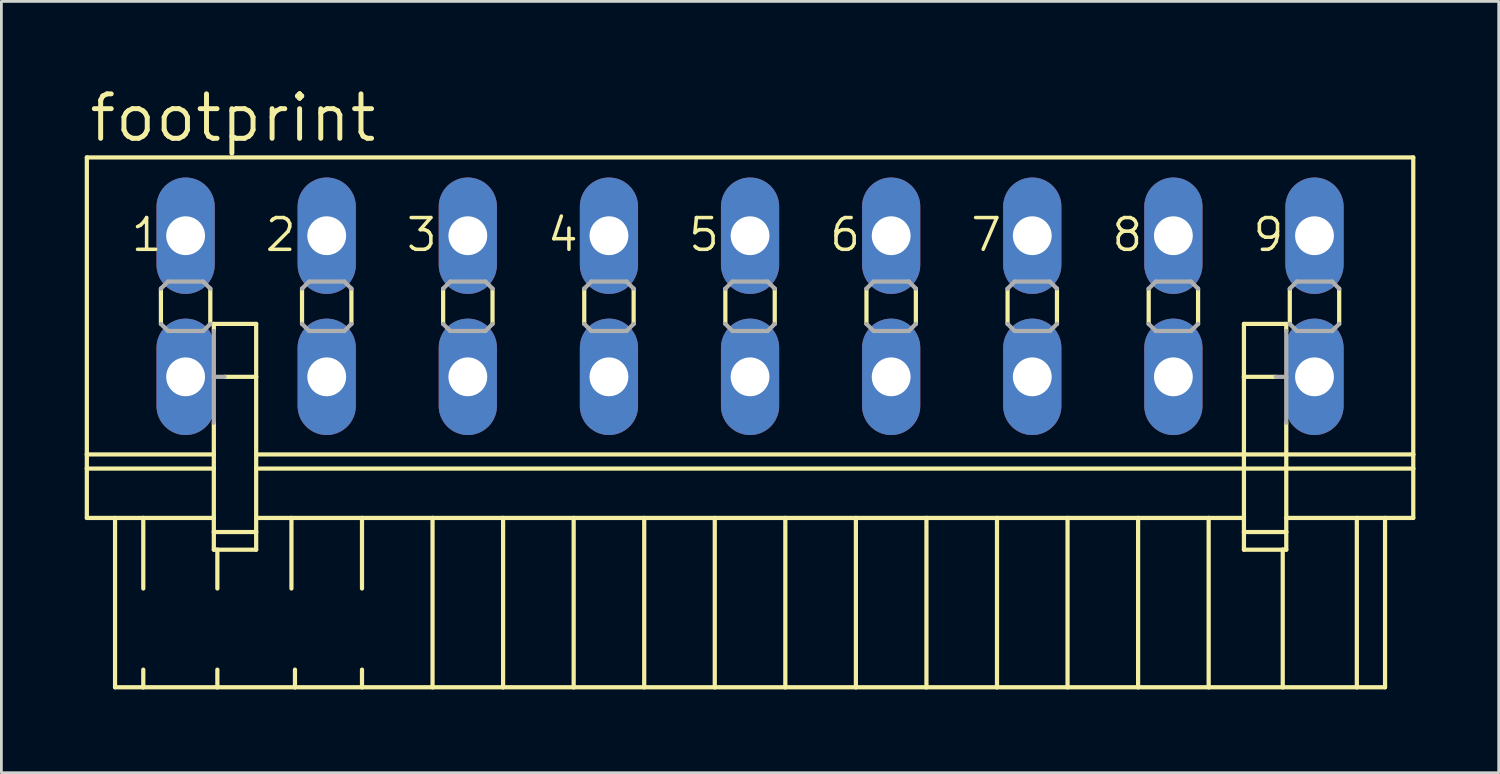
<source format=kicad_pcb>
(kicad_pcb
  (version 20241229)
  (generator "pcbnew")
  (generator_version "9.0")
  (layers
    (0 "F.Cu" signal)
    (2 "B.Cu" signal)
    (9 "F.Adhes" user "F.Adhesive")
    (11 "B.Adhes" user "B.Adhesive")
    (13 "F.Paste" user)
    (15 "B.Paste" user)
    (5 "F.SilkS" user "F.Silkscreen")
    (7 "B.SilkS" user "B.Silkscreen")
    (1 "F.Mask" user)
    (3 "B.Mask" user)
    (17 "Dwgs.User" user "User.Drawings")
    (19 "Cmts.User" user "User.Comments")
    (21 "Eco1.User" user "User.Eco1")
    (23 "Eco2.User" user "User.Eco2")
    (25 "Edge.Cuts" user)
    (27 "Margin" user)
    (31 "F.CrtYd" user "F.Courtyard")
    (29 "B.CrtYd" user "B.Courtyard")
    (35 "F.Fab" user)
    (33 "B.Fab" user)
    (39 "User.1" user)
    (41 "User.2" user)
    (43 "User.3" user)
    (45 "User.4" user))
  (footprint "footprint"
    (layer "F.Cu")
    (at 23.952 7.976)
    (property "Reference" "footprint" (at -23.876 -5.842 0) (layer "F.SilkS") (effects (font (size 1.6 1.6) (thickness 0.178)) (justify left bottom)))
    (fp_line (start -23.876 -5.359) (end -23.876 5.334) (stroke (width 0.152) (type solid)) (layer "F.SilkS"))
    (fp_line (start -23.876 -5.359) (end 23.876 -5.359) (stroke (width 0.152) (type solid)) (layer "F.SilkS"))
    (fp_line (start -23.876 5.334) (end -23.876 5.842) (stroke (width 0.152) (type solid)) (layer "F.SilkS"))
    (fp_line (start -23.876 5.334) (end -19.304 5.334) (stroke (width 0.152) (type solid)) (layer "F.SilkS"))
    (fp_line (start -23.876 5.842) (end -23.876 7.62) (stroke (width 0.152) (type solid)) (layer "F.SilkS"))
    (fp_line (start -23.876 5.842) (end -19.304 5.842) (stroke (width 0.152) (type solid)) (layer "F.SilkS"))
    (fp_line (start -23.876 7.62) (end -22.86 7.62) (stroke (width 0.152) (type solid)) (layer "F.SilkS"))
    (fp_line (start -22.86 7.62) (end -22.86 13.716) (stroke (width 0.152) (type solid)) (layer "F.SilkS"))
    (fp_line (start -22.86 7.62) (end -21.844 7.62) (stroke (width 0.152) (type solid)) (layer "F.SilkS"))
    (fp_line (start -22.86 13.716) (end -21.844 13.716) (stroke (width 0.152) (type solid)) (layer "F.SilkS"))
    (fp_line (start -21.844 7.62) (end -21.844 10.16) (stroke (width 0.152) (type solid)) (layer "F.SilkS"))
    (fp_line (start -21.844 7.62) (end -19.304 7.62) (stroke (width 0.152) (type solid)) (layer "F.SilkS"))
    (fp_line (start -21.844 13.081) (end -21.844 13.716) (stroke (width 0.152) (type solid)) (layer "F.SilkS"))
    (fp_line (start -21.844 13.716) (end -19.177 13.716) (stroke (width 0.152) (type solid)) (layer "F.SilkS"))
    (fp_line (start -21.209 -0.635) (end -21.209 0.635) (stroke (width 0.152) (type solid)) (layer "F.SilkS"))
    (fp_line (start -19.431 -0.635) (end -19.431 0.635) (stroke (width 0.152) (type solid)) (layer "F.SilkS"))
    (fp_line (start -19.304 0.635) (end -19.304 0.889) (stroke (width 0.152) (type solid)) (layer "F.SilkS"))
    (fp_line (start -19.304 0.635) (end -17.78 0.635) (stroke (width 0.152) (type solid)) (layer "F.SilkS"))
    (fp_line (start -19.304 4.191) (end -19.304 5.334) (stroke (width 0.152) (type solid)) (layer "F.SilkS"))
    (fp_line (start -19.304 5.842) (end -19.304 5.334) (stroke (width 0.152) (type solid)) (layer "F.SilkS"))
    (fp_line (start -19.304 7.62) (end -19.304 5.842) (stroke (width 0.152) (type solid)) (layer "F.SilkS"))
    (fp_line (start -19.304 8.128) (end -19.304 7.62) (stroke (width 0.152) (type solid)) (layer "F.SilkS"))
    (fp_line (start -19.304 8.128) (end -17.78 8.128) (stroke (width 0.152) (type solid)) (layer "F.SilkS"))
    (fp_line (start -19.304 8.763) (end -19.304 8.128) (stroke (width 0.152) (type solid)) (layer "F.SilkS"))
    (fp_line (start -19.177 8.763) (end -19.304 8.763) (stroke (width 0.152) (type solid)) (layer "F.SilkS"))
    (fp_line (start -19.177 8.763) (end -19.177 10.16) (stroke (width 0.152) (type solid)) (layer "F.SilkS"))
    (fp_line (start -19.177 13.081) (end -19.177 13.716) (stroke (width 0.152) (type solid)) (layer "F.SilkS"))
    (fp_line (start -19.177 13.716) (end -16.383 13.716) (stroke (width 0.152) (type solid)) (layer "F.SilkS"))
    (fp_line (start -17.78 0.635) (end -17.78 2.54) (stroke (width 0.152) (type solid)) (layer "F.SilkS"))
    (fp_line (start -17.78 2.54) (end -18.923 2.54) (stroke (width 0.152) (type solid)) (layer "F.SilkS"))
    (fp_line (start -17.78 2.54) (end -17.78 5.334) (stroke (width 0.152) (type solid)) (layer "F.SilkS"))
    (fp_line (start -17.78 5.334) (end -17.78 5.842) (stroke (width 0.152) (type solid)) (layer "F.SilkS"))
    (fp_line (start -17.78 5.334) (end 17.78 5.334) (stroke (width 0.152) (type solid)) (layer "F.SilkS"))
    (fp_line (start -17.78 5.842) (end -17.78 7.62) (stroke (width 0.152) (type solid)) (layer "F.SilkS"))
    (fp_line (start -17.78 5.842) (end 17.78 5.842) (stroke (width 0.152) (type solid)) (layer "F.SilkS"))
    (fp_line (start -17.78 7.62) (end -17.78 8.128) (stroke (width 0.152) (type solid)) (layer "F.SilkS"))
    (fp_line (start -17.78 7.62) (end -16.51 7.62) (stroke (width 0.152) (type solid)) (layer "F.SilkS"))
    (fp_line (start -17.78 8.128) (end -17.78 8.763) (stroke (width 0.152) (type solid)) (layer "F.SilkS"))
    (fp_line (start -17.78 8.763) (end -19.177 8.763) (stroke (width 0.152) (type solid)) (layer "F.SilkS"))
    (fp_line (start -16.51 7.62) (end -16.51 10.16) (stroke (width 0.152) (type solid)) (layer "F.SilkS"))
    (fp_line (start -16.51 7.62) (end -13.97 7.62) (stroke (width 0.152) (type solid)) (layer "F.SilkS"))
    (fp_line (start -16.383 13.081) (end -16.383 13.716) (stroke (width 0.152) (type solid)) (layer "F.SilkS"))
    (fp_line (start -16.383 13.716) (end -13.97 13.716) (stroke (width 0.152) (type solid)) (layer "F.SilkS"))
    (fp_line (start -16.129 -0.635) (end -16.129 0.635) (stroke (width 0.152) (type solid)) (layer "F.SilkS"))
    (fp_line (start -14.351 -0.635) (end -14.351 0.635) (stroke (width 0.152) (type solid)) (layer "F.SilkS"))
    (fp_line (start -13.97 7.62) (end -13.97 10.16) (stroke (width 0.152) (type solid)) (layer "F.SilkS"))
    (fp_line (start -13.97 7.62) (end -11.43 7.62) (stroke (width 0.152) (type solid)) (layer "F.SilkS"))
    (fp_line (start -13.97 13.081) (end -13.97 13.716) (stroke (width 0.152) (type solid)) (layer "F.SilkS"))
    (fp_line (start -13.97 13.716) (end -11.43 13.716) (stroke (width 0.152) (type solid)) (layer "F.SilkS"))
    (fp_line (start -11.43 7.62) (end -11.43 13.716) (stroke (width 0.152) (type solid)) (layer "F.SilkS"))
    (fp_line (start -11.43 7.62) (end -8.89 7.62) (stroke (width 0.152) (type solid)) (layer "F.SilkS"))
    (fp_line (start -11.43 13.716) (end -8.89 13.716) (stroke (width 0.152) (type solid)) (layer "F.SilkS"))
    (fp_line (start -11.049 -0.635) (end -11.049 0.635) (stroke (width 0.152) (type solid)) (layer "F.SilkS"))
    (fp_line (start -9.271 -0.635) (end -9.271 0.635) (stroke (width 0.152) (type solid)) (layer "F.SilkS"))
    (fp_line (start -8.89 7.62) (end -8.89 13.716) (stroke (width 0.152) (type solid)) (layer "F.SilkS"))
    (fp_line (start -8.89 7.62) (end -6.35 7.62) (stroke (width 0.152) (type solid)) (layer "F.SilkS"))
    (fp_line (start -8.89 13.716) (end -6.35 13.716) (stroke (width 0.152) (type solid)) (layer "F.SilkS"))
    (fp_line (start -6.35 7.62) (end -6.35 13.716) (stroke (width 0.152) (type solid)) (layer "F.SilkS"))
    (fp_line (start -6.35 7.62) (end -3.81 7.62) (stroke (width 0.152) (type solid)) (layer "F.SilkS"))
    (fp_line (start -6.35 13.716) (end -3.81 13.716) (stroke (width 0.152) (type solid)) (layer "F.SilkS"))
    (fp_line (start -5.969 -0.635) (end -5.969 0.635) (stroke (width 0.152) (type solid)) (layer "F.SilkS"))
    (fp_line (start -4.191 -0.635) (end -4.191 0.635) (stroke (width 0.152) (type solid)) (layer "F.SilkS"))
    (fp_line (start -3.81 7.62) (end -3.81 13.716) (stroke (width 0.152) (type solid)) (layer "F.SilkS"))
    (fp_line (start -3.81 7.62) (end -1.27 7.62) (stroke (width 0.152) (type solid)) (layer "F.SilkS"))
    (fp_line (start -3.81 13.716) (end -1.27 13.716) (stroke (width 0.152) (type solid)) (layer "F.SilkS"))
    (fp_line (start -1.27 7.62) (end -1.27 13.716) (stroke (width 0.152) (type solid)) (layer "F.SilkS"))
    (fp_line (start -1.27 7.62) (end 1.27 7.62) (stroke (width 0.152) (type solid)) (layer "F.SilkS"))
    (fp_line (start -1.27 13.716) (end 1.27 13.716) (stroke (width 0.152) (type solid)) (layer "F.SilkS"))
    (fp_line (start -0.889 -0.635) (end -0.889 0.635) (stroke (width 0.152) (type solid)) (layer "F.SilkS"))
    (fp_line (start 0.889 -0.635) (end 0.889 0.635) (stroke (width 0.152) (type solid)) (layer "F.SilkS"))
    (fp_line (start 1.27 7.62) (end 1.27 13.716) (stroke (width 0.152) (type solid)) (layer "F.SilkS"))
    (fp_line (start 1.27 7.62) (end 3.81 7.62) (stroke (width 0.152) (type solid)) (layer "F.SilkS"))
    (fp_line (start 1.27 13.716) (end 3.81 13.716) (stroke (width 0.152) (type solid)) (layer "F.SilkS"))
    (fp_line (start 3.81 7.62) (end 3.81 13.716) (stroke (width 0.152) (type solid)) (layer "F.SilkS"))
    (fp_line (start 3.81 7.62) (end 6.35 7.62) (stroke (width 0.152) (type solid)) (layer "F.SilkS"))
    (fp_line (start 3.81 13.716) (end 6.35 13.716) (stroke (width 0.152) (type solid)) (layer "F.SilkS"))
    (fp_line (start 4.191 -0.635) (end 4.191 0.635) (stroke (width 0.152) (type solid)) (layer "F.SilkS"))
    (fp_line (start 5.969 -0.635) (end 5.969 0.635) (stroke (width 0.152) (type solid)) (layer "F.SilkS"))
    (fp_line (start 6.35 7.62) (end 6.35 13.716) (stroke (width 0.152) (type solid)) (layer "F.SilkS"))
    (fp_line (start 6.35 7.62) (end 8.89 7.62) (stroke (width 0.152) (type solid)) (layer "F.SilkS"))
    (fp_line (start 6.35 13.716) (end 8.89 13.716) (stroke (width 0.152) (type solid)) (layer "F.SilkS"))
    (fp_line (start 8.89 7.62) (end 8.89 13.716) (stroke (width 0.152) (type solid)) (layer "F.SilkS"))
    (fp_line (start 8.89 7.62) (end 11.43 7.62) (stroke (width 0.152) (type solid)) (layer "F.SilkS"))
    (fp_line (start 8.89 13.716) (end 11.43 13.716) (stroke (width 0.152) (type solid)) (layer "F.SilkS"))
    (fp_line (start 9.271 -0.635) (end 9.271 0.635) (stroke (width 0.152) (type solid)) (layer "F.SilkS"))
    (fp_line (start 11.049 -0.635) (end 11.049 0.635) (stroke (width 0.152) (type solid)) (layer "F.SilkS"))
    (fp_line (start 11.43 7.62) (end 11.43 13.716) (stroke (width 0.152) (type solid)) (layer "F.SilkS"))
    (fp_line (start 11.43 7.62) (end 13.97 7.62) (stroke (width 0.152) (type solid)) (layer "F.SilkS"))
    (fp_line (start 11.43 13.716) (end 13.97 13.716) (stroke (width 0.152) (type solid)) (layer "F.SilkS"))
    (fp_line (start 13.97 7.62) (end 13.97 13.716) (stroke (width 0.152) (type solid)) (layer "F.SilkS"))
    (fp_line (start 13.97 7.62) (end 16.51 7.62) (stroke (width 0.152) (type solid)) (layer "F.SilkS"))
    (fp_line (start 13.97 13.716) (end 16.51 13.716) (stroke (width 0.152) (type solid)) (layer "F.SilkS"))
    (fp_line (start 14.351 -0.635) (end 14.351 0.635) (stroke (width 0.152) (type solid)) (layer "F.SilkS"))
    (fp_line (start 16.129 -0.635) (end 16.129 0.635) (stroke (width 0.152) (type solid)) (layer "F.SilkS"))
    (fp_line (start 16.51 7.62) (end 16.51 13.716) (stroke (width 0.152) (type solid)) (layer "F.SilkS"))
    (fp_line (start 16.51 7.62) (end 17.78 7.62) (stroke (width 0.152) (type solid)) (layer "F.SilkS"))
    (fp_line (start 16.51 13.716) (end 19.177 13.716) (stroke (width 0.152) (type solid)) (layer "F.SilkS"))
    (fp_line (start 17.78 0.635) (end 17.78 2.54) (stroke (width 0.152) (type solid)) (layer "F.SilkS"))
    (fp_line (start 17.78 2.54) (end 17.78 5.334) (stroke (width 0.152) (type solid)) (layer "F.SilkS"))
    (fp_line (start 17.78 2.54) (end 18.923 2.54) (stroke (width 0.152) (type solid)) (layer "F.SilkS"))
    (fp_line (start 17.78 5.334) (end 17.78 5.842) (stroke (width 0.152) (type solid)) (layer "F.SilkS"))
    (fp_line (start 17.78 5.334) (end 19.304 5.334) (stroke (width 0.152) (type solid)) (layer "F.SilkS"))
    (fp_line (start 17.78 5.842) (end 17.78 7.62) (stroke (width 0.152) (type solid)) (layer "F.SilkS"))
    (fp_line (start 17.78 5.842) (end 19.304 5.842) (stroke (width 0.152) (type solid)) (layer "F.SilkS"))
    (fp_line (start 17.78 7.62) (end 17.78 8.128) (stroke (width 0.152) (type solid)) (layer "F.SilkS"))
    (fp_line (start 17.78 8.128) (end 17.78 8.763) (stroke (width 0.152) (type solid)) (layer "F.SilkS"))
    (fp_line (start 17.78 8.128) (end 19.304 8.128) (stroke (width 0.152) (type solid)) (layer "F.SilkS"))
    (fp_line (start 19.177 8.763) (end 17.78 8.763) (stroke (width 0.152) (type solid)) (layer "F.SilkS"))
    (fp_line (start 19.177 8.763) (end 19.177 13.716) (stroke (width 0.152) (type solid)) (layer "F.SilkS"))
    (fp_line (start 19.177 13.716) (end 21.844 13.716) (stroke (width 0.152) (type solid)) (layer "F.SilkS"))
    (fp_line (start 19.304 0.635) (end 17.78 0.635) (stroke (width 0.152) (type solid)) (layer "F.SilkS"))
    (fp_line (start 19.304 0.889) (end 19.304 0.635) (stroke (width 0.152) (type solid)) (layer "F.SilkS"))
    (fp_line (start 19.304 4.191) (end 19.304 5.334) (stroke (width 0.152) (type solid)) (layer "F.SilkS"))
    (fp_line (start 19.304 5.334) (end 23.876 5.334) (stroke (width 0.152) (type solid)) (layer "F.SilkS"))
    (fp_line (start 19.304 5.842) (end 19.304 5.334) (stroke (width 0.152) (type solid)) (layer "F.SilkS"))
    (fp_line (start 19.304 5.842) (end 23.876 5.842) (stroke (width 0.152) (type solid)) (layer "F.SilkS"))
    (fp_line (start 19.304 7.62) (end 19.304 5.842) (stroke (width 0.152) (type solid)) (layer "F.SilkS"))
    (fp_line (start 19.304 7.62) (end 21.844 7.62) (stroke (width 0.152) (type solid)) (layer "F.SilkS"))
    (fp_line (start 19.304 8.128) (end 19.304 7.62) (stroke (width 0.152) (type solid)) (layer "F.SilkS"))
    (fp_line (start 19.304 8.763) (end 19.177 8.763) (stroke (width 0.152) (type solid)) (layer "F.SilkS"))
    (fp_line (start 19.304 8.763) (end 19.304 8.128) (stroke (width 0.152) (type solid)) (layer "F.SilkS"))
    (fp_line (start 19.431 -0.635) (end 19.431 0.635) (stroke (width 0.152) (type solid)) (layer "F.SilkS"))
    (fp_line (start 21.209 -0.635) (end 21.209 0.635) (stroke (width 0.152) (type solid)) (layer "F.SilkS"))
    (fp_line (start 21.844 7.62) (end 21.844 13.716) (stroke (width 0.152) (type solid)) (layer "F.SilkS"))
    (fp_line (start 21.844 7.62) (end 22.86 7.62) (stroke (width 0.152) (type solid)) (layer "F.SilkS"))
    (fp_line (start 21.844 13.716) (end 22.86 13.716) (stroke (width 0.152) (type solid)) (layer "F.SilkS"))
    (fp_line (start 22.86 7.62) (end 22.86 13.716) (stroke (width 0.152) (type solid)) (layer "F.SilkS"))
    (fp_line (start 22.86 7.62) (end 23.876 7.62) (stroke (width 0.152) (type solid)) (layer "F.SilkS"))
    (fp_line (start 23.876 -5.359) (end 23.876 5.334) (stroke (width 0.152) (type solid)) (layer "F.SilkS"))
    (fp_line (start 23.876 5.334) (end 23.876 5.842) (stroke (width 0.152) (type solid)) (layer "F.SilkS"))
    (fp_line (start 23.876 5.842) (end 23.876 7.62) (stroke (width 0.152) (type solid)) (layer "F.SilkS"))
    (fp_line (start -21.209 -0.635) (end -20.955 -0.889) (stroke (width 0.152) (type solid)) (layer "F.Fab"))
    (fp_line (start -20.955 -0.889) (end -19.685 -0.889) (stroke (width 0.152) (type solid)) (layer "F.Fab"))
    (fp_line (start -20.955 0.889) (end -21.209 0.635) (stroke (width 0.152) (type solid)) (layer "F.Fab"))
    (fp_line (start -19.685 -0.889) (end -19.431 -0.635) (stroke (width 0.152) (type solid)) (layer "F.Fab"))
    (fp_line (start -19.685 0.889) (end -20.955 0.889) (stroke (width 0.152) (type solid)) (layer "F.Fab"))
    (fp_line (start -19.431 0.635) (end -19.685 0.889) (stroke (width 0.152) (type solid)) (layer "F.Fab"))
    (fp_line (start -19.304 2.54) (end -19.304 0.889) (stroke (width 0.152) (type solid)) (layer "F.Fab"))
    (fp_line (start -19.304 2.54) (end -18.923 2.54) (stroke (width 0.152) (type solid)) (layer "F.Fab"))
    (fp_line (start -19.304 4.191) (end -19.304 2.54) (stroke (width 0.152) (type solid)) (layer "F.Fab"))
    (fp_line (start -16.129 -0.635) (end -15.875 -0.889) (stroke (width 0.152) (type solid)) (layer "F.Fab"))
    (fp_line (start -15.875 -0.889) (end -14.605 -0.889) (stroke (width 0.152) (type solid)) (layer "F.Fab"))
    (fp_line (start -15.875 0.889) (end -16.129 0.635) (stroke (width 0.152) (type solid)) (layer "F.Fab"))
    (fp_line (start -14.605 -0.889) (end -14.351 -0.635) (stroke (width 0.152) (type solid)) (layer "F.Fab"))
    (fp_line (start -14.605 0.889) (end -15.875 0.889) (stroke (width 0.152) (type solid)) (layer "F.Fab"))
    (fp_line (start -14.351 0.635) (end -14.605 0.889) (stroke (width 0.152) (type solid)) (layer "F.Fab"))
    (fp_line (start -11.049 -0.635) (end -10.795 -0.889) (stroke (width 0.152) (type solid)) (layer "F.Fab"))
    (fp_line (start -10.795 -0.889) (end -9.525 -0.889) (stroke (width 0.152) (type solid)) (layer "F.Fab"))
    (fp_line (start -10.795 0.889) (end -11.049 0.635) (stroke (width 0.152) (type solid)) (layer "F.Fab"))
    (fp_line (start -9.525 -0.889) (end -9.271 -0.635) (stroke (width 0.152) (type solid)) (layer "F.Fab"))
    (fp_line (start -9.525 0.889) (end -10.795 0.889) (stroke (width 0.152) (type solid)) (layer "F.Fab"))
    (fp_line (start -9.271 0.635) (end -9.525 0.889) (stroke (width 0.152) (type solid)) (layer "F.Fab"))
    (fp_line (start -5.969 -0.635) (end -5.715 -0.889) (stroke (width 0.152) (type solid)) (layer "F.Fab"))
    (fp_line (start -5.715 -0.889) (end -4.445 -0.889) (stroke (width 0.152) (type solid)) (layer "F.Fab"))
    (fp_line (start -5.715 0.889) (end -5.969 0.635) (stroke (width 0.152) (type solid)) (layer "F.Fab"))
    (fp_line (start -4.445 -0.889) (end -4.191 -0.635) (stroke (width 0.152) (type solid)) (layer "F.Fab"))
    (fp_line (start -4.445 0.889) (end -5.715 0.889) (stroke (width 0.152) (type solid)) (layer "F.Fab"))
    (fp_line (start -4.191 0.635) (end -4.445 0.889) (stroke (width 0.152) (type solid)) (layer "F.Fab"))
    (fp_line (start -0.889 -0.635) (end -0.635 -0.889) (stroke (width 0.152) (type solid)) (layer "F.Fab"))
    (fp_line (start -0.635 -0.889) (end 0.635 -0.889) (stroke (width 0.152) (type solid)) (layer "F.Fab"))
    (fp_line (start -0.635 0.889) (end -0.889 0.635) (stroke (width 0.152) (type solid)) (layer "F.Fab"))
    (fp_line (start 0.635 -0.889) (end 0.889 -0.635) (stroke (width 0.152) (type solid)) (layer "F.Fab"))
    (fp_line (start 0.635 0.889) (end -0.635 0.889) (stroke (width 0.152) (type solid)) (layer "F.Fab"))
    (fp_line (start 0.889 0.635) (end 0.635 0.889) (stroke (width 0.152) (type solid)) (layer "F.Fab"))
    (fp_line (start 4.191 -0.635) (end 4.445 -0.889) (stroke (width 0.152) (type solid)) (layer "F.Fab"))
    (fp_line (start 4.445 -0.889) (end 5.715 -0.889) (stroke (width 0.152) (type solid)) (layer "F.Fab"))
    (fp_line (start 4.445 0.889) (end 4.191 0.635) (stroke (width 0.152) (type solid)) (layer "F.Fab"))
    (fp_line (start 5.715 -0.889) (end 5.969 -0.635) (stroke (width 0.152) (type solid)) (layer "F.Fab"))
    (fp_line (start 5.715 0.889) (end 4.445 0.889) (stroke (width 0.152) (type solid)) (layer "F.Fab"))
    (fp_line (start 5.969 0.635) (end 5.715 0.889) (stroke (width 0.152) (type solid)) (layer "F.Fab"))
    (fp_line (start 9.271 -0.635) (end 9.525 -0.889) (stroke (width 0.152) (type solid)) (layer "F.Fab"))
    (fp_line (start 9.525 -0.889) (end 10.795 -0.889) (stroke (width 0.152) (type solid)) (layer "F.Fab"))
    (fp_line (start 9.525 0.889) (end 9.271 0.635) (stroke (width 0.152) (type solid)) (layer "F.Fab"))
    (fp_line (start 10.795 -0.889) (end 11.049 -0.635) (stroke (width 0.152) (type solid)) (layer "F.Fab"))
    (fp_line (start 10.795 0.889) (end 9.525 0.889) (stroke (width 0.152) (type solid)) (layer "F.Fab"))
    (fp_line (start 11.049 0.635) (end 10.795 0.889) (stroke (width 0.152) (type solid)) (layer "F.Fab"))
    (fp_line (start 14.351 -0.635) (end 14.605 -0.889) (stroke (width 0.152) (type solid)) (layer "F.Fab"))
    (fp_line (start 14.605 -0.889) (end 15.875 -0.889) (stroke (width 0.152) (type solid)) (layer "F.Fab"))
    (fp_line (start 14.605 0.889) (end 14.351 0.635) (stroke (width 0.152) (type solid)) (layer "F.Fab"))
    (fp_line (start 15.875 -0.889) (end 16.129 -0.635) (stroke (width 0.152) (type solid)) (layer "F.Fab"))
    (fp_line (start 15.875 0.889) (end 14.605 0.889) (stroke (width 0.152) (type solid)) (layer "F.Fab"))
    (fp_line (start 16.129 0.635) (end 15.875 0.889) (stroke (width 0.152) (type solid)) (layer "F.Fab"))
    (fp_line (start 18.923 2.54) (end 19.304 2.54) (stroke (width 0.152) (type solid)) (layer "F.Fab"))
    (fp_line (start 19.304 2.54) (end 19.304 0.889) (stroke (width 0.152) (type solid)) (layer "F.Fab"))
    (fp_line (start 19.304 4.191) (end 19.304 2.54) (stroke (width 0.152) (type solid)) (layer "F.Fab"))
    (fp_line (start 19.431 -0.635) (end 19.685 -0.889) (stroke (width 0.152) (type solid)) (layer "F.Fab"))
    (fp_line (start 19.685 -0.889) (end 20.955 -0.889) (stroke (width 0.152) (type solid)) (layer "F.Fab"))
    (fp_line (start 19.685 0.889) (end 19.431 0.635) (stroke (width 0.152) (type solid)) (layer "F.Fab"))
    (fp_line (start 20.955 -0.889) (end 21.209 -0.635) (stroke (width 0.152) (type solid)) (layer "F.Fab"))
    (fp_line (start 20.955 0.889) (end 19.685 0.889) (stroke (width 0.152) (type solid)) (layer "F.Fab"))
    (fp_line (start 21.209 0.635) (end 20.955 0.889) (stroke (width 0.152) (type solid)) (layer "F.Fab"))
    (fp_text user "8" (at 12.954 -1.905 0) (layer "F.SilkS") (effects (font (size 1.143 1.143) (thickness 0.127)) (justify left bottom)))
    (fp_text user "2" (at -17.526 -1.905 0) (layer "F.SilkS") (effects (font (size 1.143 1.143) (thickness 0.127)) (justify left bottom)))
    (fp_text user "9" (at 18.034 -1.905 0) (layer "F.SilkS") (effects (font (size 1.143 1.143) (thickness 0.127)) (justify left bottom)))
    (fp_text user "4" (at -7.366 -1.905 0) (layer "F.SilkS") (effects (font (size 1.143 1.143) (thickness 0.127)) (justify left bottom)))
    (fp_text user "1" (at -22.352 -1.905 0) (layer "F.SilkS") (effects (font (size 1.143 1.143) (thickness 0.127)) (justify left bottom)))
    (fp_text user "5" (at -2.286 -1.905 0) (layer "F.SilkS") (effects (font (size 1.143 1.143) (thickness 0.127)) (justify left bottom)))
    (fp_text user "6" (at 2.794 -1.905 0) (layer "F.SilkS") (effects (font (size 1.143 1.143) (thickness 0.127)) (justify left bottom)))
    (fp_text user "3" (at -12.446 -1.905 0) (layer "F.SilkS") (effects (font (size 1.143 1.143) (thickness 0.127)) (justify left bottom)))
    (fp_text user "7" (at 7.874 -1.905 0) (layer "F.SilkS") (effects (font (size 1.143 1.143) (thickness 0.127)) (justify left bottom)))
    (pad "1" thru_hole oval (at -20.32 -2.54 90) (size 4.191 2.095) (drill 1.397) (layers "*.Cu" "*.Mask"))
    (pad "1A" thru_hole oval (at -20.32 2.54 90) (size 4.191 2.095) (drill 1.397) (layers "*.Cu" "*.Mask"))
    (pad "2" thru_hole oval (at -15.24 -2.54 90) (size 4.191 2.095) (drill 1.397) (layers "*.Cu" "*.Mask"))
    (pad "2A" thru_hole oval (at -15.24 2.54 90) (size 4.191 2.095) (drill 1.397) (layers "*.Cu" "*.Mask"))
    (pad "3" thru_hole oval (at -10.16 -2.54 90) (size 4.191 2.095) (drill 1.397) (layers "*.Cu" "*.Mask"))
    (pad "3A" thru_hole oval (at -10.16 2.54 90) (size 4.191 2.095) (drill 1.397) (layers "*.Cu" "*.Mask"))
    (pad "4" thru_hole oval (at -5.08 -2.54 90) (size 4.191 2.095) (drill 1.397) (layers "*.Cu" "*.Mask"))
    (pad "4A" thru_hole oval (at -5.08 2.54 90) (size 4.191 2.095) (drill 1.397) (layers "*.Cu" "*.Mask"))
    (pad "5" thru_hole oval (at 0 -2.54 90) (size 4.191 2.095) (drill 1.397) (layers "*.Cu" "*.Mask"))
    (pad "5A" thru_hole oval (at 0 2.54 90) (size 4.191 2.095) (drill 1.397) (layers "*.Cu" "*.Mask"))
    (pad "6" thru_hole oval (at 5.08 -2.54 90) (size 4.191 2.095) (drill 1.397) (layers "*.Cu" "*.Mask"))
    (pad "6A" thru_hole oval (at 5.08 2.54 90) (size 4.191 2.095) (drill 1.397) (layers "*.Cu" "*.Mask"))
    (pad "7" thru_hole oval (at 10.16 -2.54 90) (size 4.191 2.095) (drill 1.397) (layers "*.Cu" "*.Mask"))
    (pad "7A" thru_hole oval (at 10.16 2.54 90) (size 4.191 2.095) (drill 1.397) (layers "*.Cu" "*.Mask"))
    (pad "8" thru_hole oval (at 15.24 -2.54 90) (size 4.191 2.095) (drill 1.397) (layers "*.Cu" "*.Mask"))
    (pad "8A" thru_hole oval (at 15.24 2.54 90) (size 4.191 2.095) (drill 1.397) (layers "*.Cu" "*.Mask"))
    (pad "9" thru_hole oval (at 20.32 -2.54 90) (size 4.191 2.095) (drill 1.397) (layers "*.Cu" "*.Mask"))
    (pad "9A" thru_hole oval (at 20.32 2.54 90) (size 4.191 2.095) (drill 1.397) (layers "*.Cu" "*.Mask")))
  (gr_rect
    (start -3 -3)
    (end 50.904 24.768)
    (stroke (width 0.1) (type default))
    (fill no)
    (layer "Edge.Cuts")))
</source>
